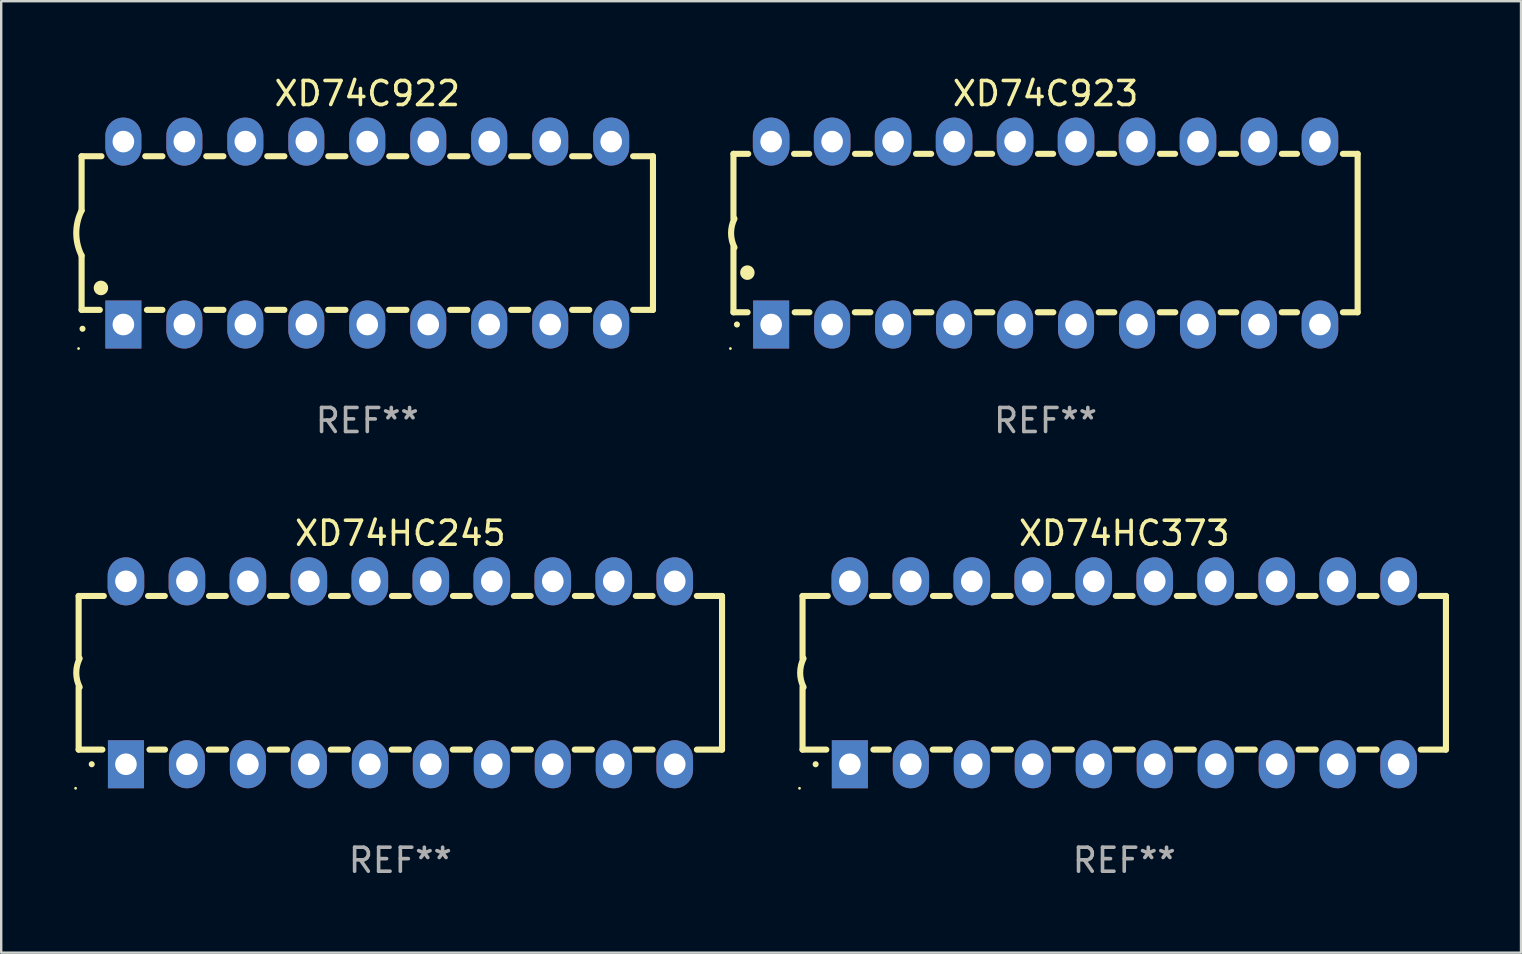
<source format=kicad_pcb>
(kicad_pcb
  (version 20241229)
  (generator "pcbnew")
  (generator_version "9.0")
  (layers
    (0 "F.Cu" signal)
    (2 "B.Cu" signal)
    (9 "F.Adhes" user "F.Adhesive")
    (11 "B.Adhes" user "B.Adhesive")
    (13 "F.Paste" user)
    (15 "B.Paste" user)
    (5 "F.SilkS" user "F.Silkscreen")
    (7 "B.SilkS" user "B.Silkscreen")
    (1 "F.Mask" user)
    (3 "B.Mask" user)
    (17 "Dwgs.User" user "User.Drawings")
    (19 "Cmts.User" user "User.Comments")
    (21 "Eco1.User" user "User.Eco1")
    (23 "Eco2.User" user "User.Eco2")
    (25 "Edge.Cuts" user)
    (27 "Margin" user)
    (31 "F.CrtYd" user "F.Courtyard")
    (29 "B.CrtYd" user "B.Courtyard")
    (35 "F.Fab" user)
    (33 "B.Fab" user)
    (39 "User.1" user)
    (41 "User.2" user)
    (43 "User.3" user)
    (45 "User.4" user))
  (footprint "XD74HC373"
    (layer "F.Cu")
    (at 43.78 24.975)
    (property "Reference" "XD74HC373" (at 0 -5.81 0) (layer "F.SilkS") (effects (font (size 1 1) (thickness 0.15))))
    (attr through_hole)
    (fp_line (start -13.4 -3.2) (end -12.351 -3.2) (stroke (width 0.254) (type solid)) (layer "F.SilkS"))
    (fp_line (start -13.4 -0.6) (end -13.4 -3.2) (stroke (width 0.254) (type solid)) (layer "F.SilkS"))
    (fp_line (start -13.4 3.2) (end -13.4 0.6) (stroke (width 0.254) (type solid)) (layer "F.SilkS"))
    (fp_line (start -13.4 3.2) (end -12.411 3.2) (stroke (width 0.254) (type solid)) (layer "F.SilkS"))
    (fp_line (start -10.509 -3.2) (end -9.811 -3.2) (stroke (width 0.254) (type solid)) (layer "F.SilkS"))
    (fp_line (start -10.449 3.2) (end -9.803 3.2) (stroke (width 0.254) (type solid)) (layer "F.SilkS"))
    (fp_line (start -7.977 3.2) (end -7.263 3.2) (stroke (width 0.254) (type solid)) (layer "F.SilkS"))
    (fp_line (start -7.969 -3.2) (end -7.271 -3.2) (stroke (width 0.254) (type solid)) (layer "F.SilkS"))
    (fp_line (start -5.437 3.2) (end -4.723 3.2) (stroke (width 0.254) (type solid)) (layer "F.SilkS"))
    (fp_line (start -5.429 -3.2) (end -4.731 -3.2) (stroke (width 0.254) (type solid)) (layer "F.SilkS"))
    (fp_line (start -2.897 3.2) (end -2.183 3.2) (stroke (width 0.254) (type solid)) (layer "F.SilkS"))
    (fp_line (start -2.889 -3.2) (end -2.191 -3.2) (stroke (width 0.254) (type solid)) (layer "F.SilkS"))
    (fp_line (start -0.357 3.2) (end 0.357 3.2) (stroke (width 0.254) (type solid)) (layer "F.SilkS"))
    (fp_line (start -0.349 -3.2) (end 0.349 -3.2) (stroke (width 0.254) (type solid)) (layer "F.SilkS"))
    (fp_line (start 2.183 3.2) (end 2.897 3.2) (stroke (width 0.254) (type solid)) (layer "F.SilkS"))
    (fp_line (start 2.191 -3.2) (end 2.889 -3.2) (stroke (width 0.254) (type solid)) (layer "F.SilkS"))
    (fp_line (start 4.723 3.2) (end 5.437 3.2) (stroke (width 0.254) (type solid)) (layer "F.SilkS"))
    (fp_line (start 4.731 -3.2) (end 5.429 -3.2) (stroke (width 0.254) (type solid)) (layer "F.SilkS"))
    (fp_line (start 7.263 3.2) (end 7.977 3.2) (stroke (width 0.254) (type solid)) (layer "F.SilkS"))
    (fp_line (start 7.271 -3.2) (end 7.969 -3.2) (stroke (width 0.254) (type solid)) (layer "F.SilkS"))
    (fp_line (start 9.803 3.2) (end 10.509 3.2) (stroke (width 0.254) (type solid)) (layer "F.SilkS"))
    (fp_line (start 9.811 -3.2) (end 10.509 -3.2) (stroke (width 0.254) (type solid)) (layer "F.SilkS"))
    (fp_line (start 12.351 -3.2) (end 13.4 -3.2) (stroke (width 0.254) (type solid)) (layer "F.SilkS"))
    (fp_line (start 12.351 3.2) (end 13.4 3.2) (stroke (width 0.254) (type solid)) (layer "F.SilkS"))
    (fp_line (start 13.4 -3.2) (end 13.4 3.2) (stroke (width 0.254) (type solid)) (layer "F.SilkS"))
    (fp_arc (start -13.357557 0.599721) (mid -13.499295 0.000123) (end -13.358598 -0.599721) (stroke (width 0.254001) (type solid)) (layer "F.SilkS"))
    (fp_arc (start -12.854966 3.810008) (mid -12.854973 3.808738) (end -12.854966 3.807468) (stroke (width 0.25) (type solid)) (layer "F.SilkS"))
    (fp_circle (center -13.527 4.81) (end -13.497 4.81) (stroke (width 0.06) (type solid)) (fill no) (layer "F.SilkS"))
    (fp_text user "REF**" (at 0 7.81 0) (layer "F.Fab") (effects (font (size 1 1) (thickness 0.15))))
    (pad "1" thru_hole rect (at -11.43 3.81 90) (size 2 1.5) (drill 0.9) (layers "*.Cu" "*.Mask"))
    (pad "2" thru_hole oval (at -8.89 3.81 90) (size 2 1.5) (drill 0.9) (layers "*.Cu" "*.Mask"))
    (pad "3" thru_hole oval (at -6.35 3.81 90) (size 2 1.5) (drill 0.9) (layers "*.Cu" "*.Mask"))
    (pad "4" thru_hole oval (at -3.81 3.81 90) (size 2 1.5) (drill 0.9) (layers "*.Cu" "*.Mask"))
    (pad "5" thru_hole oval (at -1.27 3.81 90) (size 2 1.5) (drill 0.9) (layers "*.Cu" "*.Mask"))
    (pad "6" thru_hole oval (at 1.27 3.81 90) (size 2 1.5) (drill 0.9) (layers "*.Cu" "*.Mask"))
    (pad "7" thru_hole oval (at 3.81 3.81 90) (size 2 1.5) (drill 0.9) (layers "*.Cu" "*.Mask"))
    (pad "8" thru_hole oval (at 6.35 3.81 90) (size 2 1.5) (drill 0.9) (layers "*.Cu" "*.Mask"))
    (pad "9" thru_hole oval (at 8.89 3.81 90) (size 2 1.5) (drill 0.9) (layers "*.Cu" "*.Mask"))
    (pad "10" thru_hole oval (at 11.43 3.81 90) (size 2 1.524) (drill 0.9) (layers "*.Cu" "*.Mask"))
    (pad "11" thru_hole oval (at 11.43 -3.81 90) (size 2 1.524) (drill 0.9) (layers "*.Cu" "*.Mask"))
    (pad "12" thru_hole oval (at 8.89 -3.81 90) (size 2 1.524) (drill 0.9) (layers "*.Cu" "*.Mask"))
    (pad "13" thru_hole oval (at 6.35 -3.81 90) (size 2 1.524) (drill 0.9) (layers "*.Cu" "*.Mask"))
    (pad "14" thru_hole oval (at 3.81 -3.81 90) (size 2 1.524) (drill 0.9) (layers "*.Cu" "*.Mask"))
    (pad "15" thru_hole oval (at 1.27 -3.81 90) (size 2 1.524) (drill 0.9) (layers "*.Cu" "*.Mask"))
    (pad "16" thru_hole oval (at -1.27 -3.81 90) (size 2 1.524) (drill 0.9) (layers "*.Cu" "*.Mask"))
    (pad "17" thru_hole oval (at -3.81 -3.81 90) (size 2 1.524) (drill 0.9) (layers "*.Cu" "*.Mask"))
    (pad "18" thru_hole oval (at -6.35 -3.81 90) (size 2 1.524) (drill 0.9) (layers "*.Cu" "*.Mask"))
    (pad "19" thru_hole oval (at -8.89 -3.81 90) (size 2 1.524) (drill 0.9) (layers "*.Cu" "*.Mask"))
    (pad "20" thru_hole oval (at -11.43 -3.81 90) (size 2 1.524) (drill 0.9) (layers "*.Cu" "*.Mask")))
  (footprint "XD74C922"
    (layer "F.Cu")
    (at 12.249 6.658)
    (property "Reference" "XD74C922" (at 0 -5.81 0) (layer "F.SilkS") (effects (font (size 1 1) (thickness 0.15))))
    (attr through_hole)
    (fp_line (start -11.9 -3.2) (end -11.9 -0.94) (stroke (width 0.254) (type solid)) (layer "F.SilkS"))
    (fp_line (start -11.9 -3.2) (end -11.073 -3.2) (stroke (width 0.254) (type solid)) (layer "F.SilkS"))
    (fp_line (start -11.9 3.2) (end -11.9 0.94) (stroke (width 0.254) (type solid)) (layer "F.SilkS"))
    (fp_line (start -11.9 3.2) (end -11.141 3.2) (stroke (width 0.254) (type solid)) (layer "F.SilkS"))
    (fp_line (start -9.247 -3.2) (end -8.533 -3.2) (stroke (width 0.254) (type solid)) (layer "F.SilkS"))
    (fp_line (start -9.179 3.2) (end -8.533 3.2) (stroke (width 0.254) (type solid)) (layer "F.SilkS"))
    (fp_line (start -6.708 3.2) (end -5.993 3.2) (stroke (width 0.254) (type solid)) (layer "F.SilkS"))
    (fp_line (start -6.707 -3.2) (end -5.993 -3.2) (stroke (width 0.254) (type solid)) (layer "F.SilkS"))
    (fp_line (start -4.168 3.2) (end -3.453 3.2) (stroke (width 0.254) (type solid)) (layer "F.SilkS"))
    (fp_line (start -4.167 -3.2) (end -3.453 -3.2) (stroke (width 0.254) (type solid)) (layer "F.SilkS"))
    (fp_line (start -1.628 3.2) (end -0.912 3.2) (stroke (width 0.254) (type solid)) (layer "F.SilkS"))
    (fp_line (start -1.627 -3.2) (end -0.913 -3.2) (stroke (width 0.254) (type solid)) (layer "F.SilkS"))
    (fp_line (start 0.912 3.2) (end 1.628 3.2) (stroke (width 0.254) (type solid)) (layer "F.SilkS"))
    (fp_line (start 0.913 -3.2) (end 1.627 -3.2) (stroke (width 0.254) (type solid)) (layer "F.SilkS"))
    (fp_line (start 3.453 3.2) (end 4.168 3.2) (stroke (width 0.254) (type solid)) (layer "F.SilkS"))
    (fp_line (start 3.453 -3.2) (end 4.167 -3.2) (stroke (width 0.254) (type solid)) (layer "F.SilkS"))
    (fp_line (start 5.993 3.2) (end 6.708 3.2) (stroke (width 0.254) (type solid)) (layer "F.SilkS"))
    (fp_line (start 5.993 -3.2) (end 6.707 -3.2) (stroke (width 0.254) (type solid)) (layer "F.SilkS"))
    (fp_line (start 8.533 3.2) (end 9.248 3.2) (stroke (width 0.254) (type solid)) (layer "F.SilkS"))
    (fp_line (start 8.533 -3.2) (end 9.247 -3.2) (stroke (width 0.254) (type solid)) (layer "F.SilkS"))
    (fp_line (start 11.073 3.2) (end 11.9 3.2) (stroke (width 0.254) (type solid)) (layer "F.SilkS"))
    (fp_line (start 11.073 -3.2) (end 11.9 -3.2) (stroke (width 0.254) (type solid)) (layer "F.SilkS"))
    (fp_line (start 11.9 -3.2) (end 11.9 3.2) (stroke (width 0.254) (type solid)) (layer "F.SilkS"))
    (fp_arc (start -11.900305 0.938531) (mid -12.121952 -0.000821) (end -11.900025 -0.940107) (stroke (width 0.254001) (type solid)) (layer "F.SilkS"))
    (fp_arc (start -11.861824 3.987706) (mid -11.861831 3.986436) (end -11.861824 3.985166) (stroke (width 0.25) (type solid)) (layer "F.SilkS"))
    (fp_arc (start -11.095022 2.288443) (mid -11.095033 2.285903) (end -11.095022 2.283363) (stroke (width 0.6) (type solid)) (layer "F.SilkS"))
    (fp_circle (center -12.027 4.81) (end -11.997 4.81) (stroke (width 0.06) (type solid)) (fill no) (layer "F.SilkS"))
    (fp_text user "REF**" (at 0 7.81 0) (layer "F.Fab") (effects (font (size 1 1) (thickness 0.15))))
    (pad "1" thru_hole rect (at -10.16 3.81 90) (size 2 1.5) (drill 0.9) (layers "*.Cu" "*.Mask"))
    (pad "2" thru_hole oval (at -7.62 3.81 90) (size 2 1.5) (drill 0.9) (layers "*.Cu" "*.Mask"))
    (pad "3" thru_hole oval (at -5.08 3.81 90) (size 2 1.5) (drill 0.9) (layers "*.Cu" "*.Mask"))
    (pad "4" thru_hole oval (at -2.54 3.81 90) (size 2 1.5) (drill 0.9) (layers "*.Cu" "*.Mask"))
    (pad "5" thru_hole oval (at 0 3.81 90) (size 2 1.5) (drill 0.9) (layers "*.Cu" "*.Mask"))
    (pad "6" thru_hole oval (at 2.54 3.81 90) (size 2 1.5) (drill 0.9) (layers "*.Cu" "*.Mask"))
    (pad "7" thru_hole oval (at 5.08 3.81 90) (size 2 1.5) (drill 0.9) (layers "*.Cu" "*.Mask"))
    (pad "8" thru_hole oval (at 7.62 3.81 90) (size 2 1.5) (drill 0.9) (layers "*.Cu" "*.Mask"))
    (pad "9" thru_hole oval (at 10.16 3.81 90) (size 2 1.5) (drill 0.9) (layers "*.Cu" "*.Mask"))
    (pad "10" thru_hole oval (at 10.16 -3.81 90) (size 2 1.5) (drill 0.9) (layers "*.Cu" "*.Mask"))
    (pad "11" thru_hole oval (at 7.62 -3.81 90) (size 2 1.5) (drill 0.9) (layers "*.Cu" "*.Mask"))
    (pad "12" thru_hole oval (at 5.08 -3.81 90) (size 2 1.5) (drill 0.9) (layers "*.Cu" "*.Mask"))
    (pad "13" thru_hole oval (at 2.54 -3.81 90) (size 2 1.5) (drill 0.9) (layers "*.Cu" "*.Mask"))
    (pad "14" thru_hole oval (at 0 -3.81 90) (size 2 1.5) (drill 0.9) (layers "*.Cu" "*.Mask"))
    (pad "15" thru_hole oval (at -2.54 -3.81 90) (size 2 1.5) (drill 0.9) (layers "*.Cu" "*.Mask"))
    (pad "16" thru_hole oval (at -5.08 -3.81 90) (size 2 1.5) (drill 0.9) (layers "*.Cu" "*.Mask"))
    (pad "17" thru_hole oval (at -7.62 -3.81 90) (size 2 1.5) (drill 0.9) (layers "*.Cu" "*.Mask"))
    (pad "18" thru_hole oval (at -10.16 -3.81 90) (size 2 1.5) (drill 0.9) (layers "*.Cu" "*.Mask")))
  (footprint "XD74C923"
    (layer "F.Cu")
    (at 40.502 6.658)
    (property "Reference" "XD74C923" (at 0 -5.81 0) (layer "F.SilkS") (effects (font (size 1 1) (thickness 0.15))))
    (attr through_hole)
    (fp_line (start -13 -3.3) (end -12.385 -3.3) (stroke (width 0.254) (type solid)) (layer "F.SilkS"))
    (fp_line (start -13 -0.6) (end -13 -3.3) (stroke (width 0.254) (type solid)) (layer "F.SilkS"))
    (fp_line (start -13 3.3) (end -13 0.6) (stroke (width 0.254) (type solid)) (layer "F.SilkS"))
    (fp_line (start -13 3.3) (end -12.411 3.3) (stroke (width 0.254) (type solid)) (layer "F.SilkS"))
    (fp_line (start -10.475 -3.3) (end -9.845 -3.3) (stroke (width 0.254) (type solid)) (layer "F.SilkS"))
    (fp_line (start -10.449 3.3) (end -9.836 3.3) (stroke (width 0.254) (type solid)) (layer "F.SilkS"))
    (fp_line (start -7.944 3.3) (end -7.296 3.3) (stroke (width 0.254) (type solid)) (layer "F.SilkS"))
    (fp_line (start -7.935 -3.3) (end -7.305 -3.3) (stroke (width 0.254) (type solid)) (layer "F.SilkS"))
    (fp_line (start -5.404 3.3) (end -4.756 3.3) (stroke (width 0.254) (type solid)) (layer "F.SilkS"))
    (fp_line (start -5.395 -3.3) (end -4.765 -3.3) (stroke (width 0.254) (type solid)) (layer "F.SilkS"))
    (fp_line (start -2.864 3.3) (end -2.216 3.3) (stroke (width 0.254) (type solid)) (layer "F.SilkS"))
    (fp_line (start -2.855 -3.3) (end -2.225 -3.3) (stroke (width 0.254) (type solid)) (layer "F.SilkS"))
    (fp_line (start -0.324 3.3) (end 0.324 3.3) (stroke (width 0.254) (type solid)) (layer "F.SilkS"))
    (fp_line (start -0.315 -3.3) (end 0.315 -3.3) (stroke (width 0.254) (type solid)) (layer "F.SilkS"))
    (fp_line (start 2.216 3.3) (end 2.864 3.3) (stroke (width 0.254) (type solid)) (layer "F.SilkS"))
    (fp_line (start 2.225 -3.3) (end 2.855 -3.3) (stroke (width 0.254) (type solid)) (layer "F.SilkS"))
    (fp_line (start 4.756 3.3) (end 5.404 3.3) (stroke (width 0.254) (type solid)) (layer "F.SilkS"))
    (fp_line (start 4.765 -3.3) (end 5.395 -3.3) (stroke (width 0.254) (type solid)) (layer "F.SilkS"))
    (fp_line (start 7.296 3.3) (end 7.944 3.3) (stroke (width 0.254) (type solid)) (layer "F.SilkS"))
    (fp_line (start 7.305 -3.3) (end 7.935 -3.3) (stroke (width 0.254) (type solid)) (layer "F.SilkS"))
    (fp_line (start 9.836 3.3) (end 10.475 3.3) (stroke (width 0.254) (type solid)) (layer "F.SilkS"))
    (fp_line (start 9.845 -3.3) (end 10.475 -3.3) (stroke (width 0.254) (type solid)) (layer "F.SilkS"))
    (fp_line (start 12.385 -3.3) (end 13 -3.3) (stroke (width 0.254) (type solid)) (layer "F.SilkS"))
    (fp_line (start 12.385 3.3) (end 13 3.3) (stroke (width 0.254) (type solid)) (layer "F.SilkS"))
    (fp_line (start 13 -3.3) (end 13 3.3) (stroke (width 0.254) (type solid)) (layer "F.SilkS"))
    (fp_arc (start -12.957557 0.599721) (mid -13.099295 0.000123) (end -12.958598 -0.599721) (stroke (width 0.254001) (type solid)) (layer "F.SilkS"))
    (fp_arc (start -12.854966 3.810008) (mid -12.854973 3.808738) (end -12.854966 3.807468) (stroke (width 0.25) (type solid)) (layer "F.SilkS"))
    (fp_arc (start -12.420625 1.651003) (mid -12.420636 1.648463) (end -12.420625 1.645923) (stroke (width 0.6) (type solid)) (layer "F.SilkS"))
    (fp_circle (center -13.127 4.81) (end -13.097 4.81) (stroke (width 0.06) (type solid)) (fill no) (layer "F.SilkS"))
    (fp_text user "REF**" (at 0 7.81 0) (layer "F.Fab") (effects (font (size 1 1) (thickness 0.15))))
    (pad "1" thru_hole rect (at -11.43 3.81 90) (size 2 1.5) (drill 0.9) (layers "*.Cu" "*.Mask"))
    (pad "2" thru_hole oval (at -8.89 3.81 90) (size 2 1.5) (drill 0.9) (layers "*.Cu" "*.Mask"))
    (pad "3" thru_hole oval (at -6.35 3.81 90) (size 2 1.5) (drill 0.9) (layers "*.Cu" "*.Mask"))
    (pad "4" thru_hole oval (at -3.81 3.81 90) (size 2 1.5) (drill 0.9) (layers "*.Cu" "*.Mask"))
    (pad "5" thru_hole oval (at -1.27 3.81 90) (size 2 1.5) (drill 0.9) (layers "*.Cu" "*.Mask"))
    (pad "6" thru_hole oval (at 1.27 3.81 90) (size 2 1.5) (drill 0.9) (layers "*.Cu" "*.Mask"))
    (pad "7" thru_hole oval (at 3.81 3.81 90) (size 2 1.5) (drill 0.9) (layers "*.Cu" "*.Mask"))
    (pad "8" thru_hole oval (at 6.35 3.81 90) (size 2 1.5) (drill 0.9) (layers "*.Cu" "*.Mask"))
    (pad "9" thru_hole oval (at 8.89 3.81 90) (size 2 1.5) (drill 0.9) (layers "*.Cu" "*.Mask"))
    (pad "10" thru_hole oval (at 11.43 3.81 90) (size 2 1.524) (drill 0.9) (layers "*.Cu" "*.Mask"))
    (pad "11" thru_hole oval (at 11.43 -3.81 90) (size 2 1.524) (drill 0.9) (layers "*.Cu" "*.Mask"))
    (pad "12" thru_hole oval (at 8.89 -3.81 90) (size 2 1.524) (drill 0.9) (layers "*.Cu" "*.Mask"))
    (pad "13" thru_hole oval (at 6.35 -3.81 90) (size 2 1.524) (drill 0.9) (layers "*.Cu" "*.Mask"))
    (pad "14" thru_hole oval (at 3.81 -3.81 90) (size 2 1.524) (drill 0.9) (layers "*.Cu" "*.Mask"))
    (pad "15" thru_hole oval (at 1.27 -3.81 90) (size 2 1.524) (drill 0.9) (layers "*.Cu" "*.Mask"))
    (pad "16" thru_hole oval (at -1.27 -3.81 90) (size 2 1.524) (drill 0.9) (layers "*.Cu" "*.Mask"))
    (pad "17" thru_hole oval (at -3.81 -3.81 90) (size 2 1.524) (drill 0.9) (layers "*.Cu" "*.Mask"))
    (pad "18" thru_hole oval (at -6.35 -3.81 90) (size 2 1.524) (drill 0.9) (layers "*.Cu" "*.Mask"))
    (pad "19" thru_hole oval (at -8.89 -3.81 90) (size 2 1.524) (drill 0.9) (layers "*.Cu" "*.Mask"))
    (pad "20" thru_hole oval (at -11.43 -3.81 90) (size 2 1.524) (drill 0.9) (layers "*.Cu" "*.Mask")))
  (footprint "XD74HC245"
    (layer "F.Cu")
    (at 13.626 24.975)
    (property "Reference" "XD74HC245" (at 0 -5.81 0) (layer "F.SilkS") (effects (font (size 1 1) (thickness 0.15))))
    (attr through_hole)
    (fp_line (start -13.4 -3.2) (end -12.351 -3.2) (stroke (width 0.254) (type solid)) (layer "F.SilkS"))
    (fp_line (start -13.4 -0.6) (end -13.4 -3.2) (stroke (width 0.254) (type solid)) (layer "F.SilkS"))
    (fp_line (start -13.4 3.2) (end -13.4 0.6) (stroke (width 0.254) (type solid)) (layer "F.SilkS"))
    (fp_line (start -13.4 3.2) (end -12.411 3.2) (stroke (width 0.254) (type solid)) (layer "F.SilkS"))
    (fp_line (start -10.509 -3.2) (end -9.811 -3.2) (stroke (width 0.254) (type solid)) (layer "F.SilkS"))
    (fp_line (start -10.449 3.2) (end -9.803 3.2) (stroke (width 0.254) (type solid)) (layer "F.SilkS"))
    (fp_line (start -7.977 3.2) (end -7.263 3.2) (stroke (width 0.254) (type solid)) (layer "F.SilkS"))
    (fp_line (start -7.969 -3.2) (end -7.271 -3.2) (stroke (width 0.254) (type solid)) (layer "F.SilkS"))
    (fp_line (start -5.437 3.2) (end -4.723 3.2) (stroke (width 0.254) (type solid)) (layer "F.SilkS"))
    (fp_line (start -5.429 -3.2) (end -4.731 -3.2) (stroke (width 0.254) (type solid)) (layer "F.SilkS"))
    (fp_line (start -2.897 3.2) (end -2.183 3.2) (stroke (width 0.254) (type solid)) (layer "F.SilkS"))
    (fp_line (start -2.889 -3.2) (end -2.191 -3.2) (stroke (width 0.254) (type solid)) (layer "F.SilkS"))
    (fp_line (start -0.357 3.2) (end 0.357 3.2) (stroke (width 0.254) (type solid)) (layer "F.SilkS"))
    (fp_line (start -0.349 -3.2) (end 0.349 -3.2) (stroke (width 0.254) (type solid)) (layer "F.SilkS"))
    (fp_line (start 2.183 3.2) (end 2.897 3.2) (stroke (width 0.254) (type solid)) (layer "F.SilkS"))
    (fp_line (start 2.191 -3.2) (end 2.889 -3.2) (stroke (width 0.254) (type solid)) (layer "F.SilkS"))
    (fp_line (start 4.723 3.2) (end 5.437 3.2) (stroke (width 0.254) (type solid)) (layer "F.SilkS"))
    (fp_line (start 4.731 -3.2) (end 5.429 -3.2) (stroke (width 0.254) (type solid)) (layer "F.SilkS"))
    (fp_line (start 7.263 3.2) (end 7.977 3.2) (stroke (width 0.254) (type solid)) (layer "F.SilkS"))
    (fp_line (start 7.271 -3.2) (end 7.969 -3.2) (stroke (width 0.254) (type solid)) (layer "F.SilkS"))
    (fp_line (start 9.803 3.2) (end 10.509 3.2) (stroke (width 0.254) (type solid)) (layer "F.SilkS"))
    (fp_line (start 9.811 -3.2) (end 10.509 -3.2) (stroke (width 0.254) (type solid)) (layer "F.SilkS"))
    (fp_line (start 12.351 -3.2) (end 13.4 -3.2) (stroke (width 0.254) (type solid)) (layer "F.SilkS"))
    (fp_line (start 12.351 3.2) (end 13.4 3.2) (stroke (width 0.254) (type solid)) (layer "F.SilkS"))
    (fp_line (start 13.4 -3.2) (end 13.4 3.2) (stroke (width 0.254) (type solid)) (layer "F.SilkS"))
    (fp_arc (start -13.357557 0.599721) (mid -13.499295 0.000123) (end -13.358598 -0.599721) (stroke (width 0.254001) (type solid)) (layer "F.SilkS"))
    (fp_arc (start -12.854966 3.810008) (mid -12.854973 3.808738) (end -12.854966 3.807468) (stroke (width 0.25) (type solid)) (layer "F.SilkS"))
    (fp_circle (center -13.527 4.81) (end -13.497 4.81) (stroke (width 0.06) (type solid)) (fill no) (layer "F.SilkS"))
    (fp_text user "REF**" (at 0 7.81 0) (layer "F.Fab") (effects (font (size 1 1) (thickness 0.15))))
    (pad "1" thru_hole rect (at -11.43 3.81 90) (size 2 1.5) (drill 0.9) (layers "*.Cu" "*.Mask"))
    (pad "2" thru_hole oval (at -8.89 3.81 90) (size 2 1.5) (drill 0.9) (layers "*.Cu" "*.Mask"))
    (pad "3" thru_hole oval (at -6.35 3.81 90) (size 2 1.5) (drill 0.9) (layers "*.Cu" "*.Mask"))
    (pad "4" thru_hole oval (at -3.81 3.81 90) (size 2 1.5) (drill 0.9) (layers "*.Cu" "*.Mask"))
    (pad "5" thru_hole oval (at -1.27 3.81 90) (size 2 1.5) (drill 0.9) (layers "*.Cu" "*.Mask"))
    (pad "6" thru_hole oval (at 1.27 3.81 90) (size 2 1.5) (drill 0.9) (layers "*.Cu" "*.Mask"))
    (pad "7" thru_hole oval (at 3.81 3.81 90) (size 2 1.5) (drill 0.9) (layers "*.Cu" "*.Mask"))
    (pad "8" thru_hole oval (at 6.35 3.81 90) (size 2 1.5) (drill 0.9) (layers "*.Cu" "*.Mask"))
    (pad "9" thru_hole oval (at 8.89 3.81 90) (size 2 1.5) (drill 0.9) (layers "*.Cu" "*.Mask"))
    (pad "10" thru_hole oval (at 11.43 3.81 90) (size 2 1.524) (drill 0.9) (layers "*.Cu" "*.Mask"))
    (pad "11" thru_hole oval (at 11.43 -3.81 90) (size 2 1.524) (drill 0.9) (layers "*.Cu" "*.Mask"))
    (pad "12" thru_hole oval (at 8.89 -3.81 90) (size 2 1.524) (drill 0.9) (layers "*.Cu" "*.Mask"))
    (pad "13" thru_hole oval (at 6.35 -3.81 90) (size 2 1.524) (drill 0.9) (layers "*.Cu" "*.Mask"))
    (pad "14" thru_hole oval (at 3.81 -3.81 90) (size 2 1.524) (drill 0.9) (layers "*.Cu" "*.Mask"))
    (pad "15" thru_hole oval (at 1.27 -3.81 90) (size 2 1.524) (drill 0.9) (layers "*.Cu" "*.Mask"))
    (pad "16" thru_hole oval (at -1.27 -3.81 90) (size 2 1.524) (drill 0.9) (layers "*.Cu" "*.Mask"))
    (pad "17" thru_hole oval (at -3.81 -3.81 90) (size 2 1.524) (drill 0.9) (layers "*.Cu" "*.Mask"))
    (pad "18" thru_hole oval (at -6.35 -3.81 90) (size 2 1.524) (drill 0.9) (layers "*.Cu" "*.Mask"))
    (pad "19" thru_hole oval (at -8.89 -3.81 90) (size 2 1.524) (drill 0.9) (layers "*.Cu" "*.Mask"))
    (pad "20" thru_hole oval (at -11.43 -3.81 90) (size 2 1.524) (drill 0.9) (layers "*.Cu" "*.Mask")))
  (gr_rect
    (start -3 -3)
    (end 60.307 36.633)
    (stroke (width 0.1) (type default))
    (fill no)
    (layer "Edge.Cuts")))
</source>
